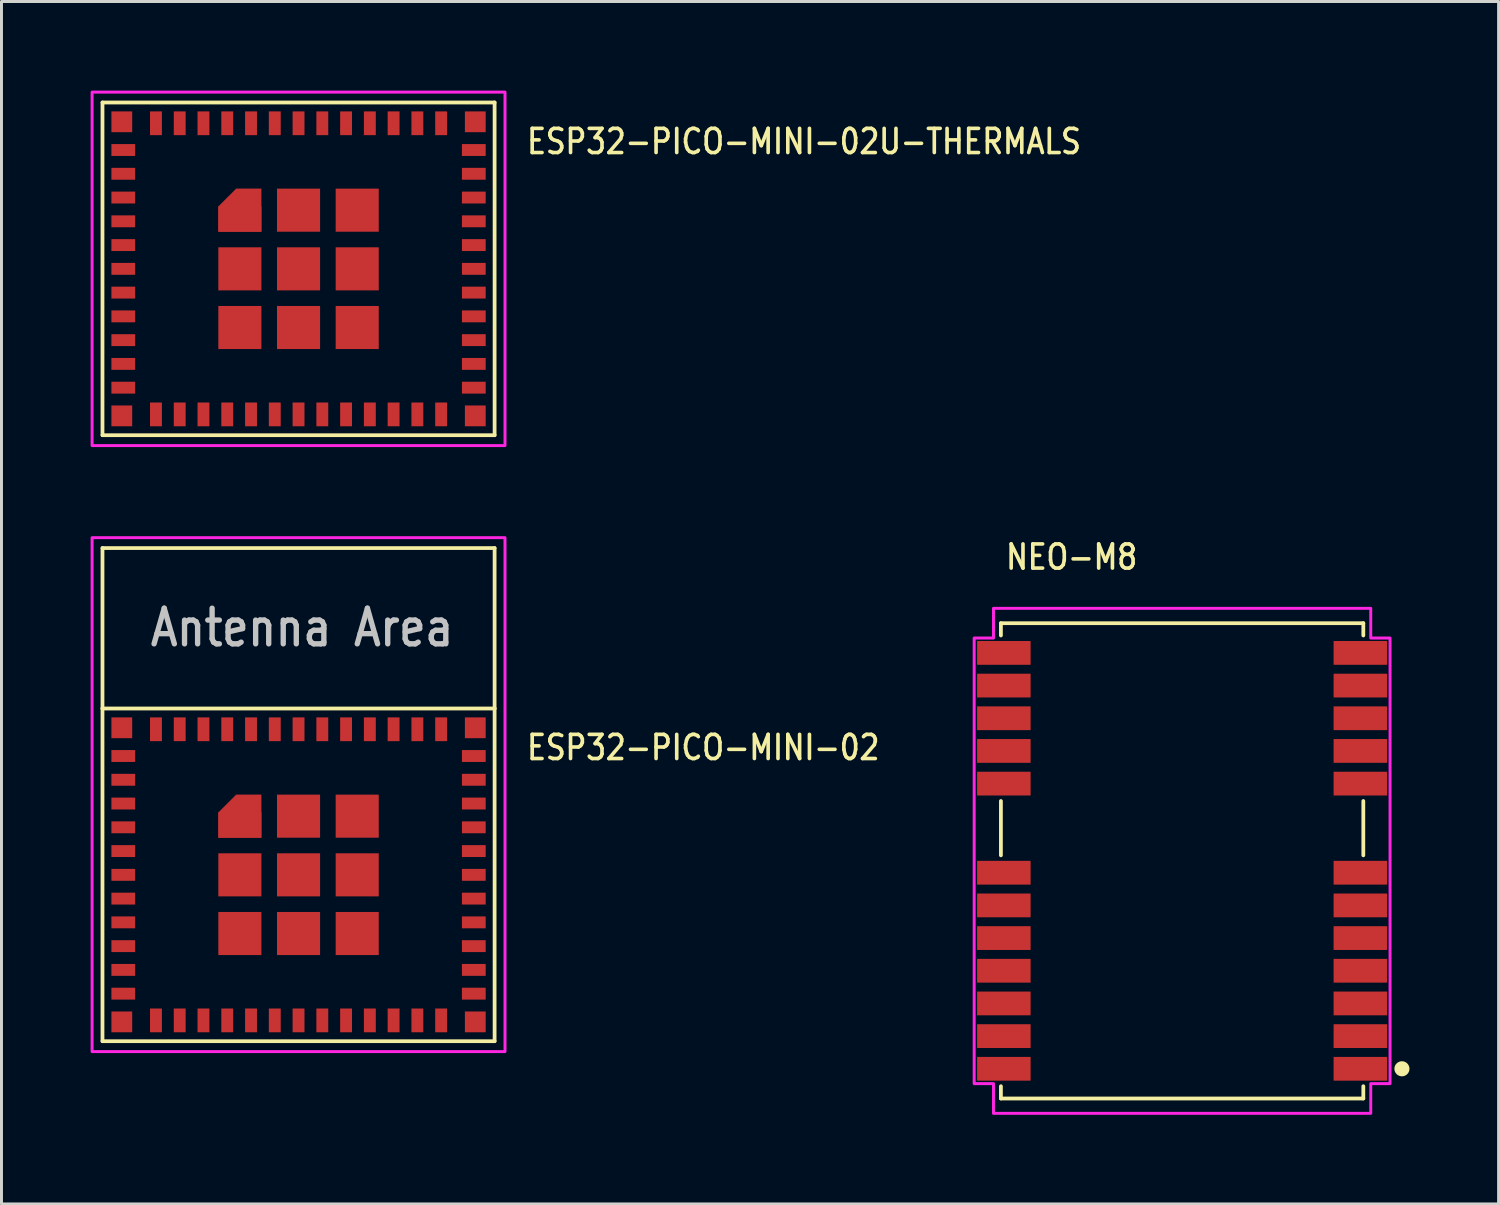
<source format=kicad_pcb>
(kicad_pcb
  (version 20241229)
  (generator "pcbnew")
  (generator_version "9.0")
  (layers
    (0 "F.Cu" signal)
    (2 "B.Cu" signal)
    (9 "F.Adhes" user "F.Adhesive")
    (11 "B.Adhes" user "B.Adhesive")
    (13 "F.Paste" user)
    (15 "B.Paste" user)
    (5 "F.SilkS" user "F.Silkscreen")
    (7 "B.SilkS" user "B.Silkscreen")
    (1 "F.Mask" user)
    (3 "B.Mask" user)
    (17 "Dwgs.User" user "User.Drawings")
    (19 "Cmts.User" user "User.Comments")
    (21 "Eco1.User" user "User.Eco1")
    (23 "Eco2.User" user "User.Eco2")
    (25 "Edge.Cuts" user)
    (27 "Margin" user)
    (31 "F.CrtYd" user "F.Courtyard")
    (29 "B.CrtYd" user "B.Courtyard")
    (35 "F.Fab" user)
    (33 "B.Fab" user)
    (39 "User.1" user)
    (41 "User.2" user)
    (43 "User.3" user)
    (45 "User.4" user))
  (footprint "NEO-M8"
    (layer "F.Cu")
    (at 36.744 25.929)
    (property "Reference" "NEO-M8" (at -6 -9.75 0) (unlocked yes) (layer "F.SilkS") (effects (font (size 0.813 0.695) (thickness 0.122)) (justify left bottom)))
    (fp_line (start -6.1 -8) (end 6.1 -8) (stroke (width 0.127) (type solid)) (layer "F.SilkS"))
    (fp_line (start -6.1 -7.587) (end -6.1 -8) (stroke (width 0.127) (type solid)) (layer "F.SilkS"))
    (fp_line (start -6.1 -0.186) (end -6.1 -2.014) (stroke (width 0.127) (type solid)) (layer "F.SilkS"))
    (fp_line (start -6.1 8) (end -6.1 7.587) (stroke (width 0.127) (type solid)) (layer "F.SilkS"))
    (fp_line (start 6.1 -8) (end 6.1 -7.587) (stroke (width 0.127) (type solid)) (layer "F.SilkS"))
    (fp_line (start 6.1 -2.014) (end 6.1 -0.186) (stroke (width 0.127) (type solid)) (layer "F.SilkS"))
    (fp_line (start 6.1 7.587) (end 6.1 8) (stroke (width 0.127) (type solid)) (layer "F.SilkS"))
    (fp_line (start 6.1 8) (end -6.1 8) (stroke (width 0.127) (type solid)) (layer "F.SilkS"))
    (fp_circle (center 7.4 7) (end 7.654 7) (stroke (width 0) (type solid)) (fill yes) (layer "F.SilkS"))
    (fp_poly (pts (xy -6.35 -8.5) (xy 6.35 -8.5) (xy 6.35 -7.5) (xy 7 -7.5) (xy 7 7.5) (xy 6.35 7.5) (xy 6.35 8.5) (xy -6.35 8.5) (xy -6.35 7.5) (xy -7 7.5) (xy -7 -7.5) (xy -6.35 -7.5)) (stroke (width 0.1) (type solid)) (fill no) (layer "F.CrtYd"))
    (pad "1" smd rect (at 6 7) (size 1.8 0.8) (layers "F.Cu" "F.Mask" "F.Paste"))
    (pad "2" smd rect (at 6 5.9) (size 1.8 0.8) (layers "F.Cu" "F.Mask" "F.Paste"))
    (pad "3" smd rect (at 6 4.8) (size 1.8 0.8) (layers "F.Cu" "F.Mask" "F.Paste"))
    (pad "4" smd rect (at 6 3.7) (size 1.8 0.8) (layers "F.Cu" "F.Mask" "F.Paste"))
    (pad "5" smd rect (at 6 2.6) (size 1.8 0.8) (layers "F.Cu" "F.Mask" "F.Paste"))
    (pad "6" smd rect (at 6 1.5) (size 1.8 0.8) (layers "F.Cu" "F.Mask" "F.Paste"))
    (pad "7" smd rect (at 6 0.4) (size 1.8 0.8) (layers "F.Cu" "F.Mask" "F.Paste"))
    (pad "8" smd rect (at 6 -2.6) (size 1.8 0.8) (layers "F.Cu" "F.Mask" "F.Paste"))
    (pad "9" smd rect (at 6 -3.7) (size 1.8 0.8) (layers "F.Cu" "F.Mask" "F.Paste"))
    (pad "10" smd rect (at 6 -4.8) (size 1.8 0.8) (layers "F.Cu" "F.Mask" "F.Paste"))
    (pad "11" smd rect (at 6 -5.9) (size 1.8 0.8) (layers "F.Cu" "F.Mask" "F.Paste"))
    (pad "12" smd rect (at 6 -7) (size 1.8 0.8) (layers "F.Cu" "F.Mask" "F.Paste"))
    (pad "13" smd rect (at -6 -7) (size 1.8 0.8) (layers "F.Cu" "F.Mask" "F.Paste"))
    (pad "14" smd rect (at -6 -5.9) (size 1.8 0.8) (layers "F.Cu" "F.Mask" "F.Paste"))
    (pad "15" smd rect (at -6 -4.8) (size 1.8 0.8) (layers "F.Cu" "F.Mask" "F.Paste"))
    (pad "16" smd rect (at -6 -3.7) (size 1.8 0.8) (layers "F.Cu" "F.Mask" "F.Paste"))
    (pad "17" smd rect (at -6 -2.6) (size 1.8 0.8) (layers "F.Cu" "F.Mask" "F.Paste"))
    (pad "18" smd rect (at -6 0.4) (size 1.8 0.8) (layers "F.Cu" "F.Mask" "F.Paste"))
    (pad "19" smd rect (at -6 1.5) (size 1.8 0.8) (layers "F.Cu" "F.Mask" "F.Paste"))
    (pad "20" smd rect (at -6 2.6) (size 1.8 0.8) (layers "F.Cu" "F.Mask" "F.Paste"))
    (pad "21" smd rect (at -6 3.7) (size 1.8 0.8) (layers "F.Cu" "F.Mask" "F.Paste"))
    (pad "22" smd rect (at -6 4.8) (size 1.8 0.8) (layers "F.Cu" "F.Mask" "F.Paste"))
    (pad "23" smd rect (at -6 5.9) (size 1.8 0.8) (layers "F.Cu" "F.Mask" "F.Paste"))
    (pad "24" smd rect (at -6 7) (size 1.8 0.8) (layers "F.Cu" "F.Mask" "F.Paste")))
  (footprint "ESP32-PICO-MINI-02U-THERMALS"
    (layer "F.Cu")
    (at 7 6)
    (property "Reference" "ESP32-PICO-MINI-02U-THERMALS" (at 7.62 -3.81 0) (unlocked yes) (layer "F.SilkS") (effects (font (size 0.813 0.695) (thickness 0.122)) (justify left bottom)))
    (fp_poly (pts (xy -2.7 -2.1) (xy -2.7 -1.25) (xy -1.25 -1.25) (xy -1.25 -2.1) (xy -1.25 -2.7) (xy -2.1 -2.7)) (stroke (width 0) (type solid)) (fill yes) (layer "F.Cu"))
    (fp_poly (pts (xy -2.8 -2.2) (xy -1.15 -2.2) (xy -1.15 -2.8) (xy -2.2 -2.8)) (stroke (width 0) (type solid)) (fill yes) (layer "F.Mask"))
    (fp_line (start -6.6 -5.6) (end -6.6 5.6) (stroke (width 0.127) (type solid)) (layer "F.SilkS"))
    (fp_line (start -6.6 -5.6) (end 6.6 -5.6) (stroke (width 0.127) (type solid)) (layer "F.SilkS"))
    (fp_line (start -6.6 5.6) (end 6.6 5.6) (stroke (width 0.127) (type solid)) (layer "F.SilkS"))
    (fp_line (start 6.6 5.6) (end 6.6 -5.6) (stroke (width 0.127) (type solid)) (layer "F.SilkS"))
    (fp_poly (pts (xy -2.7 -2.1) (xy -1.25 -2.1) (xy -1.25 -2.7) (xy -2.1 -2.7)) (stroke (width 0) (type solid)) (fill yes) (layer "F.Paste"))
    (fp_poly (pts (xy -6.95 -5.95) (xy -6.95 5.95) (xy 6.95 5.95) (xy 6.95 -5.95)) (stroke (width 0.1) (type solid)) (fill no) (layer "F.CrtYd"))
    (pad "1" smd rect (at -5.9 -4) (size 0.8 0.4) (layers "F.Cu" "F.Mask" "F.Paste"))
    (pad "2" smd rect (at -5.9 -3.2) (size 0.8 0.4) (layers "F.Cu" "F.Mask" "F.Paste"))
    (pad "3" smd rect (at -5.9 -2.4) (size 0.8 0.4) (layers "F.Cu" "F.Mask" "F.Paste"))
    (pad "4" smd rect (at -5.9 -1.6) (size 0.8 0.4) (layers "F.Cu" "F.Mask" "F.Paste"))
    (pad "5" smd rect (at -5.9 -0.8) (size 0.8 0.4) (layers "F.Cu" "F.Mask" "F.Paste"))
    (pad "6" smd rect (at -5.9 0) (size 0.8 0.4) (layers "F.Cu" "F.Mask" "F.Paste"))
    (pad "7" smd rect (at -5.9 0.8) (size 0.8 0.4) (layers "F.Cu" "F.Mask" "F.Paste"))
    (pad "8" smd rect (at -5.9 1.6) (size 0.8 0.4) (layers "F.Cu" "F.Mask" "F.Paste"))
    (pad "9" smd rect (at -5.9 2.4) (size 0.8 0.4) (layers "F.Cu" "F.Mask" "F.Paste"))
    (pad "10" smd rect (at -5.9 3.2) (size 0.8 0.4) (layers "F.Cu" "F.Mask" "F.Paste"))
    (pad "11" smd rect (at -5.9 4) (size 0.8 0.4) (layers "F.Cu" "F.Mask" "F.Paste"))
    (pad "12" smd rect (at -4.8 4.9) (size 0.4 0.8) (layers "F.Cu" "F.Mask" "F.Paste"))
    (pad "13" smd rect (at -4 4.9) (size 0.4 0.8) (layers "F.Cu" "F.Mask" "F.Paste"))
    (pad "14" smd rect (at -3.2 4.9) (size 0.4 0.8) (layers "F.Cu" "F.Mask" "F.Paste"))
    (pad "15" smd rect (at -2.4 4.9) (size 0.4 0.8) (layers "F.Cu" "F.Mask" "F.Paste"))
    (pad "16" smd rect (at -1.6 4.9) (size 0.4 0.8) (layers "F.Cu" "F.Mask" "F.Paste"))
    (pad "17" smd rect (at -0.8 4.9) (size 0.4 0.8) (layers "F.Cu" "F.Mask" "F.Paste"))
    (pad "18" smd rect (at 0 4.9) (size 0.4 0.8) (layers "F.Cu" "F.Mask" "F.Paste"))
    (pad "19" smd rect (at 0.8 4.9) (size 0.4 0.8) (layers "F.Cu" "F.Mask" "F.Paste"))
    (pad "20" smd rect (at 1.6 4.9) (size 0.4 0.8) (layers "F.Cu" "F.Mask" "F.Paste"))
    (pad "21" smd rect (at 2.4 4.9) (size 0.4 0.8) (layers "F.Cu" "F.Mask" "F.Paste"))
    (pad "22" smd rect (at 3.2 4.9) (size 0.4 0.8) (layers "F.Cu" "F.Mask" "F.Paste"))
    (pad "23" smd rect (at 4 4.9) (size 0.4 0.8) (layers "F.Cu" "F.Mask" "F.Paste"))
    (pad "24" smd rect (at 4.8 4.9) (size 0.4 0.8) (layers "F.Cu" "F.Mask" "F.Paste"))
    (pad "25" smd rect (at 5.9 4) (size 0.8 0.4) (layers "F.Cu" "F.Mask" "F.Paste"))
    (pad "26" smd rect (at 5.9 3.2) (size 0.8 0.4) (layers "F.Cu" "F.Mask" "F.Paste"))
    (pad "27" smd rect (at 5.9 2.4) (size 0.8 0.4) (layers "F.Cu" "F.Mask" "F.Paste"))
    (pad "28" smd rect (at 5.9 1.6) (size 0.8 0.4) (layers "F.Cu" "F.Mask" "F.Paste"))
    (pad "29" smd rect (at 5.9 0.8) (size 0.8 0.4) (layers "F.Cu" "F.Mask" "F.Paste"))
    (pad "30" smd rect (at 5.9 0) (size 0.8 0.4) (layers "F.Cu" "F.Mask" "F.Paste"))
    (pad "31" smd rect (at 5.9 -0.8) (size 0.8 0.4) (layers "F.Cu" "F.Mask" "F.Paste"))
    (pad "32" smd rect (at 5.9 -1.6) (size 0.8 0.4) (layers "F.Cu" "F.Mask" "F.Paste"))
    (pad "33" smd rect (at 5.9 -2.4) (size 0.8 0.4) (layers "F.Cu" "F.Mask" "F.Paste"))
    (pad "34" smd rect (at 5.9 -3.2) (size 0.8 0.4) (layers "F.Cu" "F.Mask" "F.Paste"))
    (pad "35" smd rect (at 5.9 -4) (size 0.8 0.4) (layers "F.Cu" "F.Mask" "F.Paste"))
    (pad "36" smd rect (at 4.8 -4.9) (size 0.4 0.8) (layers "F.Cu" "F.Mask" "F.Paste"))
    (pad "37" smd rect (at 4 -4.9) (size 0.4 0.8) (layers "F.Cu" "F.Mask" "F.Paste"))
    (pad "38" smd rect (at 3.2 -4.9) (size 0.4 0.8) (layers "F.Cu" "F.Mask" "F.Paste"))
    (pad "39" smd rect (at 2.4 -4.9) (size 0.4 0.8) (layers "F.Cu" "F.Mask" "F.Paste"))
    (pad "40" smd rect (at 1.6 -4.9) (size 0.4 0.8) (layers "F.Cu" "F.Mask" "F.Paste"))
    (pad "41" smd rect (at 0.8 -4.9) (size 0.4 0.8) (layers "F.Cu" "F.Mask" "F.Paste"))
    (pad "42" smd rect (at 0 -4.9) (size 0.4 0.8) (layers "F.Cu" "F.Mask" "F.Paste"))
    (pad "43" smd rect (at -0.8 -4.9) (size 0.4 0.8) (layers "F.Cu" "F.Mask" "F.Paste"))
    (pad "44" smd rect (at -1.6 -4.9) (size 0.4 0.8) (layers "F.Cu" "F.Mask" "F.Paste"))
    (pad "45" smd rect (at -2.4 -4.9) (size 0.4 0.8) (layers "F.Cu" "F.Mask" "F.Paste"))
    (pad "46" smd rect (at -3.2 -4.9) (size 0.4 0.8) (layers "F.Cu" "F.Mask" "F.Paste"))
    (pad "47" smd rect (at -4 -4.9) (size 0.4 0.8) (layers "F.Cu" "F.Mask" "F.Paste"))
    (pad "48" smd rect (at -4.8 -4.9) (size 0.4 0.8) (layers "F.Cu" "F.Mask" "F.Paste"))
    (pad "50" smd rect (at 5.95 -4.95) (size 0.7 0.7) (layers "F.Cu" "F.Mask" "F.Paste"))
    (pad "51" smd rect (at 5.95 4.95) (size 0.7 0.7) (layers "F.Cu" "F.Mask" "F.Paste"))
    (pad "52" smd rect (at -5.95 4.95) (size 0.7 0.7) (layers "F.Cu" "F.Mask" "F.Paste"))
    (pad "53" smd rect (at -5.95 -4.95) (size 0.7 0.7) (layers "F.Cu" "F.Mask" "F.Paste"))
    (pad "P_49_1" smd rect (at -1.975 -1.675) (size 1.45 0.85) (layers "F.Cu" "F.Mask" "F.Paste"))
    (pad "P_49_2" smd rect (at 0 -1.975) (size 1.45 1.45) (layers "F.Cu" "F.Mask" "F.Paste"))
    (pad "P_49_3" smd rect (at 1.975 -1.975) (size 1.45 1.45) (layers "F.Cu" "F.Mask" "F.Paste"))
    (pad "P_49_4" smd rect (at -1.975 0) (size 1.45 1.45) (layers "F.Cu" "F.Mask" "F.Paste"))
    (pad "P_49_5" smd rect (at 0 0) (size 1.45 1.45) (layers "F.Cu" "F.Mask" "F.Paste"))
    (pad "P_49_6" smd rect (at 1.975 0) (size 1.45 1.45) (layers "F.Cu" "F.Mask" "F.Paste"))
    (pad "P_49_7" smd rect (at -1.975 1.975) (size 1.45 1.45) (layers "F.Cu" "F.Mask" "F.Paste"))
    (pad "P_49_8" smd rect (at 0 1.975) (size 1.45 1.45) (layers "F.Cu" "F.Mask" "F.Paste"))
    (pad "P_49_9" smd rect (at 1.975 1.975) (size 1.45 1.45) (layers "F.Cu" "F.Mask" "F.Paste")))
  (footprint "ESP32-PICO-MINI-02"
    (layer "F.Cu")
    (at 7 26.4)
    (property "Reference" "ESP32-PICO-MINI-02" (at 7.62 -3.81 0) (unlocked yes) (layer "F.SilkS") (effects (font (size 0.813 0.695) (thickness 0.122)) (justify left bottom)))
    (fp_poly (pts (xy -2.7 -2.1) (xy -2.7 -1.25) (xy -1.25 -1.25) (xy -1.25 -2.1) (xy -1.25 -2.7) (xy -2.1 -2.7)) (stroke (width 0) (type solid)) (fill yes) (layer "F.Cu"))
    (fp_poly (pts (xy -6.95 -11.35) (xy -6.95 -5.85) (xy 6.95 -5.85) (xy 6.95 -11.35)) (stroke (width 0) (type solid)) (fill yes) (layer "F.Mask"))
    (fp_poly (pts (xy -6.95 -11.35) (xy -6.95 -5.85) (xy 6.95 -5.85) (xy 6.95 -11.35)) (stroke (width 0) (type solid)) (fill yes) (layer "F.Mask"))
    (fp_poly (pts (xy -2.8 -2.2) (xy -1.15 -2.2) (xy -1.15 -2.8) (xy -2.2 -2.8)) (stroke (width 0) (type solid)) (fill yes) (layer "F.Mask"))
    (fp_poly (pts (xy -6.95 -11.35) (xy -6.95 -5.85) (xy 6.95 -5.85) (xy 6.95 -11.35)) (stroke (width 0) (type solid)) (fill yes) (layer "B.Mask"))
    (fp_line (start -6.6 -11) (end -6.6 -5.6) (stroke (width 0.127) (type solid)) (layer "F.SilkS"))
    (fp_line (start -6.6 -5.6) (end -6.6 5.6) (stroke (width 0.127) (type solid)) (layer "F.SilkS"))
    (fp_line (start -6.6 -5.6) (end 6.6 -5.6) (stroke (width 0.127) (type solid)) (layer "F.SilkS"))
    (fp_line (start -6.6 5.6) (end 6.6 5.6) (stroke (width 0.127) (type solid)) (layer "F.SilkS"))
    (fp_line (start 6.6 -11) (end -6.6 -11) (stroke (width 0.127) (type solid)) (layer "F.SilkS"))
    (fp_line (start 6.6 -5.6) (end 6.6 -11) (stroke (width 0.127) (type solid)) (layer "F.SilkS"))
    (fp_line (start 6.6 5.6) (end 6.6 -5.6) (stroke (width 0.127) (type solid)) (layer "F.SilkS"))
    (fp_poly (pts (xy -2.7 -2.1) (xy -1.25 -2.1) (xy -1.25 -2.7) (xy -2.1 -2.7)) (stroke (width 0) (type solid)) (fill yes) (layer "F.Paste"))
    (fp_poly (pts (xy -6.95 -11.35) (xy -6.95 5.95) (xy 6.95 5.95) (xy 6.95 -11.35)) (stroke (width 0.1) (type solid)) (fill no) (layer "F.CrtYd"))
    (fp_text user "Antenna Area" (at -5.08 -7.62 0) (unlocked yes) (layer "Dwgs.User") (effects (font (size 1.2 1.026) (thickness 0.18)) (justify left bottom)))
    (pad "1" smd rect (at -5.9 -4) (size 0.8 0.4) (layers "F.Cu" "F.Mask" "F.Paste"))
    (pad "2" smd rect (at -5.9 -3.2) (size 0.8 0.4) (layers "F.Cu" "F.Mask" "F.Paste"))
    (pad "3" smd rect (at -5.9 -2.4) (size 0.8 0.4) (layers "F.Cu" "F.Mask" "F.Paste"))
    (pad "4" smd rect (at -5.9 -1.6) (size 0.8 0.4) (layers "F.Cu" "F.Mask" "F.Paste"))
    (pad "5" smd rect (at -5.9 -0.8) (size 0.8 0.4) (layers "F.Cu" "F.Mask" "F.Paste"))
    (pad "6" smd rect (at -5.9 0) (size 0.8 0.4) (layers "F.Cu" "F.Mask" "F.Paste"))
    (pad "7" smd rect (at -5.9 0.8) (size 0.8 0.4) (layers "F.Cu" "F.Mask" "F.Paste"))
    (pad "8" smd rect (at -5.9 1.6) (size 0.8 0.4) (layers "F.Cu" "F.Mask" "F.Paste"))
    (pad "9" smd rect (at -5.9 2.4) (size 0.8 0.4) (layers "F.Cu" "F.Mask" "F.Paste"))
    (pad "10" smd rect (at -5.9 3.2) (size 0.8 0.4) (layers "F.Cu" "F.Mask" "F.Paste"))
    (pad "11" smd rect (at -5.9 4) (size 0.8 0.4) (layers "F.Cu" "F.Mask" "F.Paste"))
    (pad "12" smd rect (at -4.8 4.9) (size 0.4 0.8) (layers "F.Cu" "F.Mask" "F.Paste"))
    (pad "13" smd rect (at -4 4.9) (size 0.4 0.8) (layers "F.Cu" "F.Mask" "F.Paste"))
    (pad "14" smd rect (at -3.2 4.9) (size 0.4 0.8) (layers "F.Cu" "F.Mask" "F.Paste"))
    (pad "15" smd rect (at -2.4 4.9) (size 0.4 0.8) (layers "F.Cu" "F.Mask" "F.Paste"))
    (pad "16" smd rect (at -1.6 4.9) (size 0.4 0.8) (layers "F.Cu" "F.Mask" "F.Paste"))
    (pad "17" smd rect (at -0.8 4.9) (size 0.4 0.8) (layers "F.Cu" "F.Mask" "F.Paste"))
    (pad "18" smd rect (at 0 4.9) (size 0.4 0.8) (layers "F.Cu" "F.Mask" "F.Paste"))
    (pad "19" smd rect (at 0.8 4.9) (size 0.4 0.8) (layers "F.Cu" "F.Mask" "F.Paste"))
    (pad "20" smd rect (at 1.6 4.9) (size 0.4 0.8) (layers "F.Cu" "F.Mask" "F.Paste"))
    (pad "21" smd rect (at 2.4 4.9) (size 0.4 0.8) (layers "F.Cu" "F.Mask" "F.Paste"))
    (pad "22" smd rect (at 3.2 4.9) (size 0.4 0.8) (layers "F.Cu" "F.Mask" "F.Paste"))
    (pad "23" smd rect (at 4 4.9) (size 0.4 0.8) (layers "F.Cu" "F.Mask" "F.Paste"))
    (pad "24" smd rect (at 4.8 4.9) (size 0.4 0.8) (layers "F.Cu" "F.Mask" "F.Paste"))
    (pad "25" smd rect (at 5.9 4) (size 0.8 0.4) (layers "F.Cu" "F.Mask" "F.Paste"))
    (pad "26" smd rect (at 5.9 3.2) (size 0.8 0.4) (layers "F.Cu" "F.Mask" "F.Paste"))
    (pad "27" smd rect (at 5.9 2.4) (size 0.8 0.4) (layers "F.Cu" "F.Mask" "F.Paste"))
    (pad "28" smd rect (at 5.9 1.6) (size 0.8 0.4) (layers "F.Cu" "F.Mask" "F.Paste"))
    (pad "29" smd rect (at 5.9 0.8) (size 0.8 0.4) (layers "F.Cu" "F.Mask" "F.Paste"))
    (pad "30" smd rect (at 5.9 0) (size 0.8 0.4) (layers "F.Cu" "F.Mask" "F.Paste"))
    (pad "31" smd rect (at 5.9 -0.8) (size 0.8 0.4) (layers "F.Cu" "F.Mask" "F.Paste"))
    (pad "32" smd rect (at 5.9 -1.6) (size 0.8 0.4) (layers "F.Cu" "F.Mask" "F.Paste"))
    (pad "33" smd rect (at 5.9 -2.4) (size 0.8 0.4) (layers "F.Cu" "F.Mask" "F.Paste"))
    (pad "34" smd rect (at 5.9 -3.2) (size 0.8 0.4) (layers "F.Cu" "F.Mask" "F.Paste"))
    (pad "35" smd rect (at 5.9 -4) (size 0.8 0.4) (layers "F.Cu" "F.Mask" "F.Paste"))
    (pad "36" smd rect (at 4.8 -4.9) (size 0.4 0.8) (layers "F.Cu" "F.Mask" "F.Paste"))
    (pad "37" smd rect (at 4 -4.9) (size 0.4 0.8) (layers "F.Cu" "F.Mask" "F.Paste"))
    (pad "38" smd rect (at 3.2 -4.9) (size 0.4 0.8) (layers "F.Cu" "F.Mask" "F.Paste"))
    (pad "39" smd rect (at 2.4 -4.9) (size 0.4 0.8) (layers "F.Cu" "F.Mask" "F.Paste"))
    (pad "40" smd rect (at 1.6 -4.9) (size 0.4 0.8) (layers "F.Cu" "F.Mask" "F.Paste"))
    (pad "41" smd rect (at 0.8 -4.9) (size 0.4 0.8) (layers "F.Cu" "F.Mask" "F.Paste"))
    (pad "42" smd rect (at 0 -4.9) (size 0.4 0.8) (layers "F.Cu" "F.Mask" "F.Paste"))
    (pad "43" smd rect (at -0.8 -4.9) (size 0.4 0.8) (layers "F.Cu" "F.Mask" "F.Paste"))
    (pad "44" smd rect (at -1.6 -4.9) (size 0.4 0.8) (layers "F.Cu" "F.Mask" "F.Paste"))
    (pad "45" smd rect (at -2.4 -4.9) (size 0.4 0.8) (layers "F.Cu" "F.Mask" "F.Paste"))
    (pad "46" smd rect (at -3.2 -4.9) (size 0.4 0.8) (layers "F.Cu" "F.Mask" "F.Paste"))
    (pad "47" smd rect (at -4 -4.9) (size 0.4 0.8) (layers "F.Cu" "F.Mask" "F.Paste"))
    (pad "48" smd rect (at -4.8 -4.9) (size 0.4 0.8) (layers "F.Cu" "F.Mask" "F.Paste"))
    (pad "50" smd rect (at 5.95 -4.95) (size 0.7 0.7) (layers "F.Cu" "F.Mask" "F.Paste"))
    (pad "51" smd rect (at 5.95 4.95) (size 0.7 0.7) (layers "F.Cu" "F.Mask" "F.Paste"))
    (pad "52" smd rect (at -5.95 4.95) (size 0.7 0.7) (layers "F.Cu" "F.Mask" "F.Paste"))
    (pad "53" smd rect (at -5.95 -4.95) (size 0.7 0.7) (layers "F.Cu" "F.Mask" "F.Paste"))
    (pad "P_49_1" smd rect (at -1.975 -1.675) (size 1.45 0.85) (layers "F.Cu" "F.Mask" "F.Paste"))
    (pad "P_49_2" smd rect (at 0 -1.975) (size 1.45 1.45) (layers "F.Cu" "F.Mask" "F.Paste"))
    (pad "P_49_3" smd rect (at 1.975 -1.975) (size 1.45 1.45) (layers "F.Cu" "F.Mask" "F.Paste"))
    (pad "P_49_4" smd rect (at -1.975 0) (size 1.45 1.45) (layers "F.Cu" "F.Mask" "F.Paste"))
    (pad "P_49_5" smd rect (at 0 0) (size 1.45 1.45) (layers "F.Cu" "F.Mask" "F.Paste"))
    (pad "P_49_6" smd rect (at 1.975 0) (size 1.45 1.45) (layers "F.Cu" "F.Mask" "F.Paste"))
    (pad "P_49_7" smd rect (at -1.975 1.975) (size 1.45 1.45) (layers "F.Cu" "F.Mask" "F.Paste"))
    (pad "P_49_8" smd rect (at 0 1.975) (size 1.45 1.45) (layers "F.Cu" "F.Mask" "F.Paste"))
    (pad "P_49_9" smd rect (at 1.975 1.975) (size 1.45 1.45) (layers "F.Cu" "F.Mask" "F.Paste")))
  (gr_rect
    (start -3 -3)
    (end 47.398 37.479)
    (stroke (width 0.1) (type default))
    (fill no)
    (layer "Edge.Cuts")))
</source>
